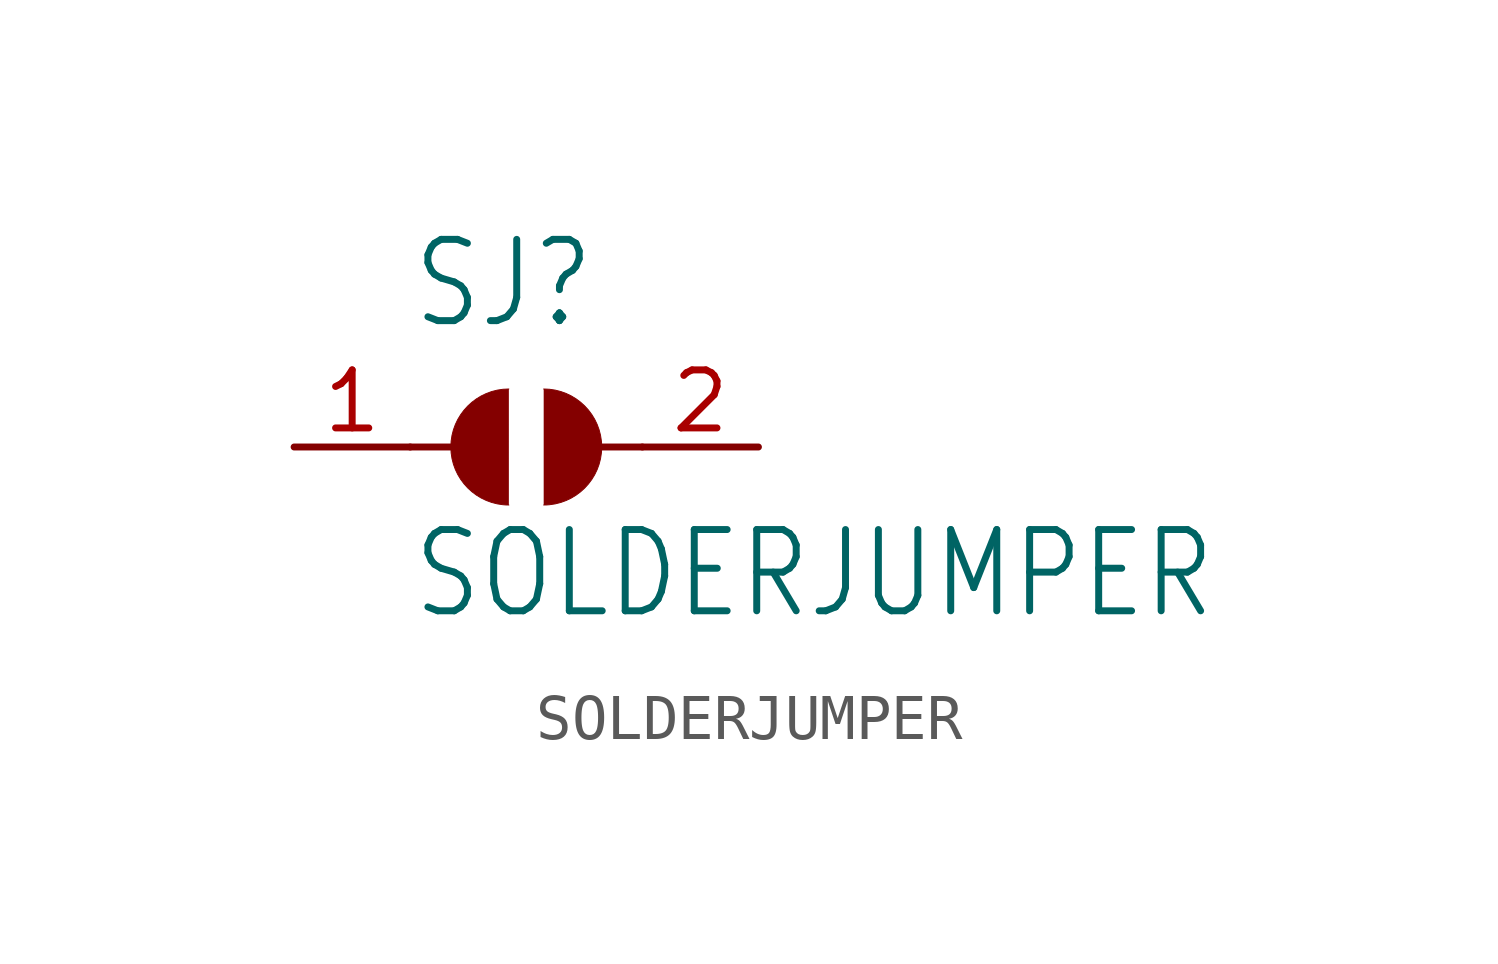
<source format=kicad_sym>
(kicad_symbol_lib
  (version 20211014)
  (generator kicad_symbol_editor)
  (symbol "SOLDERJUMPER"
    (property "Reference" "SJ"
      (at -2.54 2.54 0)
      (effects (font (size 1.778 1.511)) (justify left bottom)))
    (property "Value" "SOLDERJUMPER"
      (at -2.54 -3.81 0)
      (effects (font (size 1.778 1.511)) (justify left bottom)))
    (property "ki_locked" ""
      (at 0 0 0)
      (effects (font (size 1.27 1.27))))
    (symbol "SOLDERJUMPER_1_0"
      (arc (start -0.381 1.2699) (mid -1.6508 0) (end -0.381 -1.2699) (stroke (width 0.0001) (type default) (color 0 0 0 0)) (fill (type outline)))
      (polyline (pts (xy -2.54 0) (xy -1.651 0)) (stroke (width 0.152) (type default) (color 0 0 0 0)) (fill (type none)))
      (polyline (pts (xy 2.54 0) (xy 1.651 0)) (stroke (width 0.152) (type default) (color 0 0 0 0)) (fill (type none)))
      (arc (start 0.381 -1.2699) (mid 1.6508 0) (end 0.381 1.2699) (stroke (width 0.0001) (type default) (color 0 0 0 0)) (fill (type outline)))
      (pin passive line (at -5.08 0 0) (length 2.54) (name "1" (effects (font (size 0 0)))) (number "1" (effects (font (size 1.27 1.27)))))
      (pin passive line (at 5.08 0 180) (length 2.54) (name "2" (effects (font (size 0 0)))) (number "2" (effects (font (size 1.27 1.27))))))))
</source>
